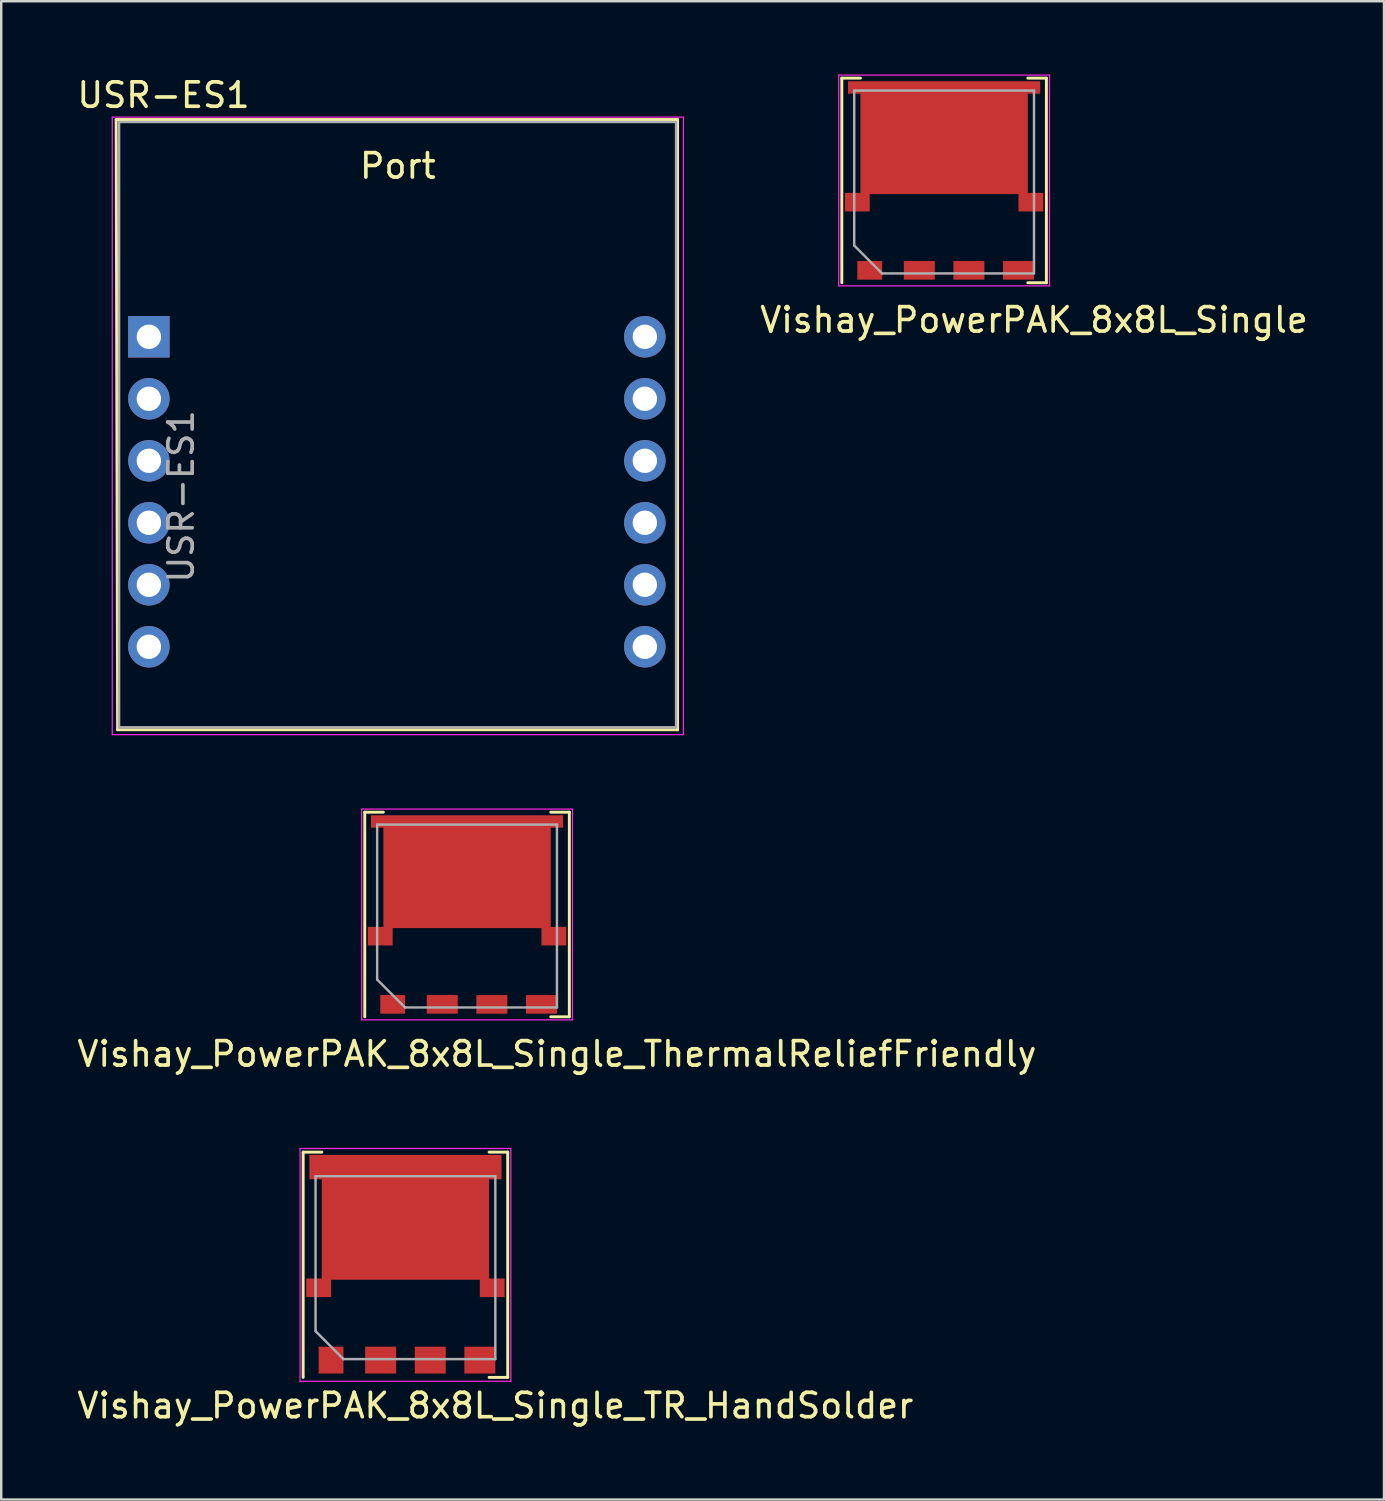
<source format=kicad_pcb>
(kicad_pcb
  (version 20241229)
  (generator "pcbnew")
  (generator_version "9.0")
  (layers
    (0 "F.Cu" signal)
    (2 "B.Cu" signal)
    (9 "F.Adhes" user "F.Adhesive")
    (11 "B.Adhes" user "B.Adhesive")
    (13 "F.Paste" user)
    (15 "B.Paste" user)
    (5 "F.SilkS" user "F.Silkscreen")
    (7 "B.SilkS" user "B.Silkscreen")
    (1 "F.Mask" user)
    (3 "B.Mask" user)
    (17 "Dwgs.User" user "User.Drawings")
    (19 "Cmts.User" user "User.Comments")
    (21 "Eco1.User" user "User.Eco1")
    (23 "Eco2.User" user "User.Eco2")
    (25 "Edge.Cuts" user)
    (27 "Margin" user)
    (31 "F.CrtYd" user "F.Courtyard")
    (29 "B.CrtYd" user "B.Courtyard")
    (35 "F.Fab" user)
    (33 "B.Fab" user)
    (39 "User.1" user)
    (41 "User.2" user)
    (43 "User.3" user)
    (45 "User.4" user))
  (footprint "USR-ES1"
    (layer "F.Cu")
    (at 3.049 10.748)
    (property "Reference" "USR-ES1" (at 0.6 -9.9 0) (layer "F.SilkS") (effects (font (size 1 1) (thickness 0.15))))
    (attr through_hole)
    (fp_line (start -1.34 -8.9) (end -1.28 16.1) (stroke (width 0.12) (type solid)) (layer "F.SilkS"))
    (fp_line (start -1.34 -8.9) (end 21.66 -8.9) (stroke (width 0.12) (type solid)) (layer "F.SilkS"))
    (fp_line (start -1.28 16.1) (end 21.66 16.1) (stroke (width 0.12) (type solid)) (layer "F.SilkS"))
    (fp_line (start 21.66 -8.9) (end 21.66 16.1) (stroke (width 0.12) (type solid)) (layer "F.SilkS"))
    (fp_line (start -1.5 -9) (end -1.5 16.3) (stroke (width 0.05) (type solid)) (layer "F.CrtYd"))
    (fp_line (start -1.5 16.3) (end 21.9 16.3) (stroke (width 0.05) (type solid)) (layer "F.CrtYd"))
    (fp_line (start 21.9 -9) (end -1.5 -9) (stroke (width 0.05) (type solid)) (layer "F.CrtYd"))
    (fp_line (start 21.9 -9) (end 21.9 16.3) (stroke (width 0.05) (type solid)) (layer "F.CrtYd"))
    (fp_line (start -1.22 16) (end -1.22 -8.8) (stroke (width 0.1) (type solid)) (layer "F.Fab"))
    (fp_line (start 21.6 -8.8) (end -1.22 -8.8) (stroke (width 0.1) (type solid)) (layer "F.Fab"))
    (fp_line (start 21.6 16) (end -1.22 16) (stroke (width 0.1) (type solid)) (layer "F.Fab"))
    (fp_line (start 21.6 16) (end 21.6 -8.8) (stroke (width 0.1) (type solid)) (layer "F.Fab"))
    (fp_text user "Port" (at 10.2 -7 180) (layer "F.SilkS") (effects (font (size 1 1) (thickness 0.15))))
    (fp_text user "${REFERENCE}" (at 1.32 6.54 90) (layer "F.Fab") (effects (font (size 1 1) (thickness 0.15))))
    (pad "1" thru_hole rect (at 0 0) (size 1.7 1.7) (drill 1) (layers "*.Cu" "*.Mask"))
    (pad "2" thru_hole oval (at 0 2.54) (size 1.7 1.7) (drill 1) (layers "*.Cu" "*.Mask"))
    (pad "3" thru_hole oval (at 0 5.08) (size 1.7 1.7) (drill 1) (layers "*.Cu" "*.Mask"))
    (pad "4" thru_hole oval (at 0 7.62) (size 1.7 1.7) (drill 1) (layers "*.Cu" "*.Mask"))
    (pad "5" thru_hole oval (at 0 10.16) (size 1.7 1.7) (drill 1) (layers "*.Cu" "*.Mask"))
    (pad "6" thru_hole oval (at 0 12.7) (size 1.7 1.7) (drill 1) (layers "*.Cu" "*.Mask"))
    (pad "7" thru_hole oval (at 20.32 12.7) (size 1.7 1.7) (drill 1) (layers "*.Cu" "*.Mask"))
    (pad "8" thru_hole oval (at 20.32 10.16) (size 1.7 1.7) (drill 1) (layers "*.Cu" "*.Mask"))
    (pad "9" thru_hole oval (at 20.32 7.62) (size 1.7 1.7) (drill 1) (layers "*.Cu" "*.Mask"))
    (pad "10" thru_hole oval (at 20.32 5.08) (size 1.7 1.7) (drill 1) (layers "*.Cu" "*.Mask"))
    (pad "11" thru_hole oval (at 20.32 2.54) (size 1.7 1.7) (drill 1) (layers "*.Cu" "*.Mask"))
    (pad "12" thru_hole oval (at 20.32 0) (size 1.7 1.7) (drill 1) (layers "*.Cu" "*.Mask")))
  (footprint "Vishay_PowerPAK_8x8L_Single_ThermalReliefFriendly"
    (layer "F.Cu")
    (at 16.085 34.416)
    (property "Reference" "Vishay_PowerPAK_8x8L_Single_ThermalReliefFriendly" (at 3.683 5.715 0) (layer "F.SilkS") (effects (font (size 1 1) (thickness 0.15))))
    (attr through_hole)
    (fp_line (start -4.191 -4.191) (end -3.429 -4.191) (stroke (width 0.12) (type solid)) (layer "F.SilkS"))
    (fp_line (start -4.191 4.191) (end -4.191 -4.191) (stroke (width 0.12) (type solid)) (layer "F.SilkS"))
    (fp_line (start 3.429 -4.191) (end 4.191 -4.191) (stroke (width 0.12) (type solid)) (layer "F.SilkS"))
    (fp_line (start 3.429 4.191) (end 4.191 4.191) (stroke (width 0.12) (type solid)) (layer "F.SilkS"))
    (fp_line (start 4.191 4.191) (end 4.191 -4.191) (stroke (width 0.12) (type solid)) (layer "F.SilkS"))
    (fp_line (start -4.318 -4.318) (end 4.318 -4.318) (stroke (width 0.05) (type solid)) (layer "F.CrtYd"))
    (fp_line (start -4.318 4.318) (end -4.318 -4.318) (stroke (width 0.05) (type solid)) (layer "F.CrtYd"))
    (fp_line (start -4.318 4.318) (end 4.318 4.318) (stroke (width 0.05) (type solid)) (layer "F.CrtYd"))
    (fp_line (start 4.318 4.318) (end 4.318 -4.318) (stroke (width 0.05) (type solid)) (layer "F.CrtYd"))
    (fp_line (start -3.683 -3.683) (end 3.683 -3.683) (stroke (width 0.1) (type solid)) (layer "F.Fab"))
    (fp_line (start -3.683 2.667) (end -3.683 -3.683) (stroke (width 0.1) (type solid)) (layer "F.Fab"))
    (fp_line (start -2.54 3.81) (end -3.683 2.667) (stroke (width 0.1) (type solid)) (layer "F.Fab"))
    (fp_line (start -2.54 3.81) (end 3.683 3.81) (stroke (width 0.1) (type solid)) (layer "F.Fab"))
    (fp_line (start 3.683 3.81) (end 3.683 -3.683) (stroke (width 0.1) (type solid)) (layer "F.Fab"))
    (pad "D" smd rect (at -3.556 0.889) (size 1.016 0.762) (layers "F.Cu" "F.Mask" "F.Paste"))
    (pad "D" smd rect (at 0 -3.81) (size 7.874 0.508) (layers "F.Cu" "F.Mask" "F.Paste"))
    (pad "D" smd rect (at 0 0.051) (size 6.858 4.572) (drill (offset 0 -1.778)) (layers "F.Cu" "F.Mask" "F.Paste"))
    (pad "D" smd rect (at 3.556 0.889) (size 1.016 0.762) (layers "F.Cu" "F.Mask" "F.Paste"))
    (pad "G" smd rect (at -3.048 3.683) (size 1.016 0.762) (layers "F.Cu" "F.Mask" "F.Paste"))
    (pad "S" smd rect (at -1.016 3.683) (size 1.27 0.762) (layers "F.Cu" "F.Mask" "F.Paste"))
    (pad "S" smd rect (at 1.016 3.683) (size 1.27 0.762) (layers "F.Cu" "F.Mask" "F.Paste"))
    (pad "S" smd rect (at 3.048 3.683) (size 1.27 0.762) (layers "F.Cu" "F.Mask" "F.Paste")))
  (footprint "Vishay_PowerPAK_8x8L_Single"
    (layer "F.Cu")
    (at 35.63 4.343)
    (property "Reference" "Vishay_PowerPAK_8x8L_Single" (at 3.683 5.715 0) (layer "F.SilkS") (effects (font (size 1 1) (thickness 0.15))))
    (attr through_hole)
    (fp_line (start -4.191 -4.191) (end -3.429 -4.191) (stroke (width 0.12) (type solid)) (layer "F.SilkS"))
    (fp_line (start -4.191 4.191) (end -4.191 -4.191) (stroke (width 0.12) (type solid)) (layer "F.SilkS"))
    (fp_line (start 3.429 -4.191) (end 4.191 -4.191) (stroke (width 0.12) (type solid)) (layer "F.SilkS"))
    (fp_line (start 3.429 4.191) (end 4.191 4.191) (stroke (width 0.12) (type solid)) (layer "F.SilkS"))
    (fp_line (start 4.191 4.191) (end 4.191 -4.191) (stroke (width 0.12) (type solid)) (layer "F.SilkS"))
    (fp_line (start -4.318 -4.318) (end 4.318 -4.318) (stroke (width 0.05) (type solid)) (layer "F.CrtYd"))
    (fp_line (start -4.318 4.318) (end -4.318 -4.318) (stroke (width 0.05) (type solid)) (layer "F.CrtYd"))
    (fp_line (start -4.318 4.318) (end 4.318 4.318) (stroke (width 0.05) (type solid)) (layer "F.CrtYd"))
    (fp_line (start 4.318 4.318) (end 4.318 -4.318) (stroke (width 0.05) (type solid)) (layer "F.CrtYd"))
    (fp_line (start -3.683 -3.683) (end 3.683 -3.683) (stroke (width 0.1) (type solid)) (layer "F.Fab"))
    (fp_line (start -3.683 2.667) (end -3.683 -3.683) (stroke (width 0.1) (type solid)) (layer "F.Fab"))
    (fp_line (start -2.54 3.81) (end -3.683 2.667) (stroke (width 0.1) (type solid)) (layer "F.Fab"))
    (fp_line (start -2.54 3.81) (end 3.683 3.81) (stroke (width 0.1) (type solid)) (layer "F.Fab"))
    (fp_line (start 3.683 3.81) (end 3.683 -3.683) (stroke (width 0.1) (type solid)) (layer "F.Fab"))
    (pad "D" smd custom (at 0 -1.727) (size 6.858 4.572) (layers "F.Cu" "F.Mask" "F.Paste") (options (anchor rect)) (primitives (gr_poly (pts (xy -3.937 -1.829) (xy -3.937 -2.337) (xy 3.937 -2.337) (xy 3.937 -1.829)) (width 0) (fill yes)) (gr_poly (pts (xy -4.064 2.235) (xy -4.064 2.997) (xy -3.048 2.997) (xy -3.048 2.235)) (width 0) (fill yes)) (gr_poly (pts (xy 3.048 2.235) (xy 3.048 2.997) (xy 4.064 2.997) (xy 4.064 2.235)) (width 0) (fill yes))))
    (pad "G" smd rect (at -3.048 3.683) (size 1.016 0.762) (layers "F.Cu" "F.Mask" "F.Paste"))
    (pad "S" smd rect (at -1.016 3.683) (size 1.27 0.762) (layers "F.Cu" "F.Mask" "F.Paste"))
    (pad "S" smd rect (at 1.016 3.683) (size 1.27 0.762) (layers "F.Cu" "F.Mask" "F.Paste"))
    (pad "S" smd rect (at 3.048 3.683) (size 1.27 0.762) (layers "F.Cu" "F.Mask" "F.Paste")))
  (footprint "Vishay_PowerPAK_8x8L_Single_TR_HandSolder"
    (layer "F.Cu")
    (at 13.561 48.822)
    (property "Reference" "Vishay_PowerPAK_8x8L_Single_TR_HandSolder" (at 3.683 5.715 0) (layer "F.SilkS") (effects (font (size 1 1) (thickness 0.15))))
    (attr through_hole)
    (fp_line (start -4.191 -4.67) (end -3.429 -4.67) (stroke (width 0.12) (type solid)) (layer "F.SilkS"))
    (fp_line (start -4.191 4.56) (end -4.191 -4.67) (stroke (width 0.12) (type solid)) (layer "F.SilkS"))
    (fp_line (start 3.428 -4.67) (end 4.191 -4.67) (stroke (width 0.12) (type solid)) (layer "F.SilkS"))
    (fp_line (start 3.428 4.56) (end 4.191 4.56) (stroke (width 0.12) (type solid)) (layer "F.SilkS"))
    (fp_line (start 4.191 4.56) (end 4.19 -4.67) (stroke (width 0.12) (type solid)) (layer "F.SilkS"))
    (fp_line (start -4.318 -4.818) (end 4.318 -4.818) (stroke (width 0.05) (type solid)) (layer "F.CrtYd"))
    (fp_line (start -4.318 4.718) (end -4.318 -4.818) (stroke (width 0.05) (type solid)) (layer "F.CrtYd"))
    (fp_line (start -4.318 4.718) (end 4.318 4.718) (stroke (width 0.05) (type solid)) (layer "F.CrtYd"))
    (fp_line (start 4.318 4.718) (end 4.318 -4.818) (stroke (width 0.05) (type solid)) (layer "F.CrtYd"))
    (fp_line (start -3.683 -3.683) (end 3.683 -3.683) (stroke (width 0.1) (type solid)) (layer "F.Fab"))
    (fp_line (start -3.683 2.667) (end -3.683 -3.683) (stroke (width 0.1) (type solid)) (layer "F.Fab"))
    (fp_line (start -2.54 3.81) (end -3.683 2.667) (stroke (width 0.1) (type solid)) (layer "F.Fab"))
    (fp_line (start -2.54 3.81) (end 3.683 3.81) (stroke (width 0.1) (type solid)) (layer "F.Fab"))
    (fp_line (start 3.683 3.81) (end 3.683 -3.683) (stroke (width 0.1) (type solid)) (layer "F.Fab"))
    (pad "D" smd rect (at -3.556 0.889) (size 1.016 0.762) (layers "F.Cu" "F.Mask" "F.Paste"))
    (pad "D" smd rect (at 0 -3.81) (size 7.874 1) (drill (offset 0 -0.246)) (layers "F.Cu" "F.Mask" "F.Paste"))
    (pad "D" smd rect (at 0 0.051) (size 6.858 4.572) (drill (offset 0 -1.778)) (layers "F.Cu" "F.Mask" "F.Paste"))
    (pad "D" smd rect (at 3.556 0.889) (size 1.016 0.762) (layers "F.Cu" "F.Mask" "F.Paste"))
    (pad "G" smd rect (at -3.048 3.683) (size 1.016 1.1) (drill (offset 0 0.169)) (layers "F.Cu" "F.Mask" "F.Paste"))
    (pad "S" smd rect (at -1.016 3.683) (size 1.27 1.1) (drill (offset 0 0.169)) (layers "F.Cu" "F.Mask" "F.Paste"))
    (pad "S" smd rect (at 1.016 3.683) (size 1.27 1.1) (drill (offset 0 0.169)) (layers "F.Cu" "F.Mask" "F.Paste"))
    (pad "S" smd rect (at 3.048 3.683) (size 1.27 1.1) (drill (offset 0 0.169)) (layers "F.Cu" "F.Mask" "F.Paste")))
  (gr_rect
    (start -3 -3)
    (end 53.652 58.386)
    (stroke (width 0.1) (type default))
    (fill no)
    (layer "Edge.Cuts")))
</source>
